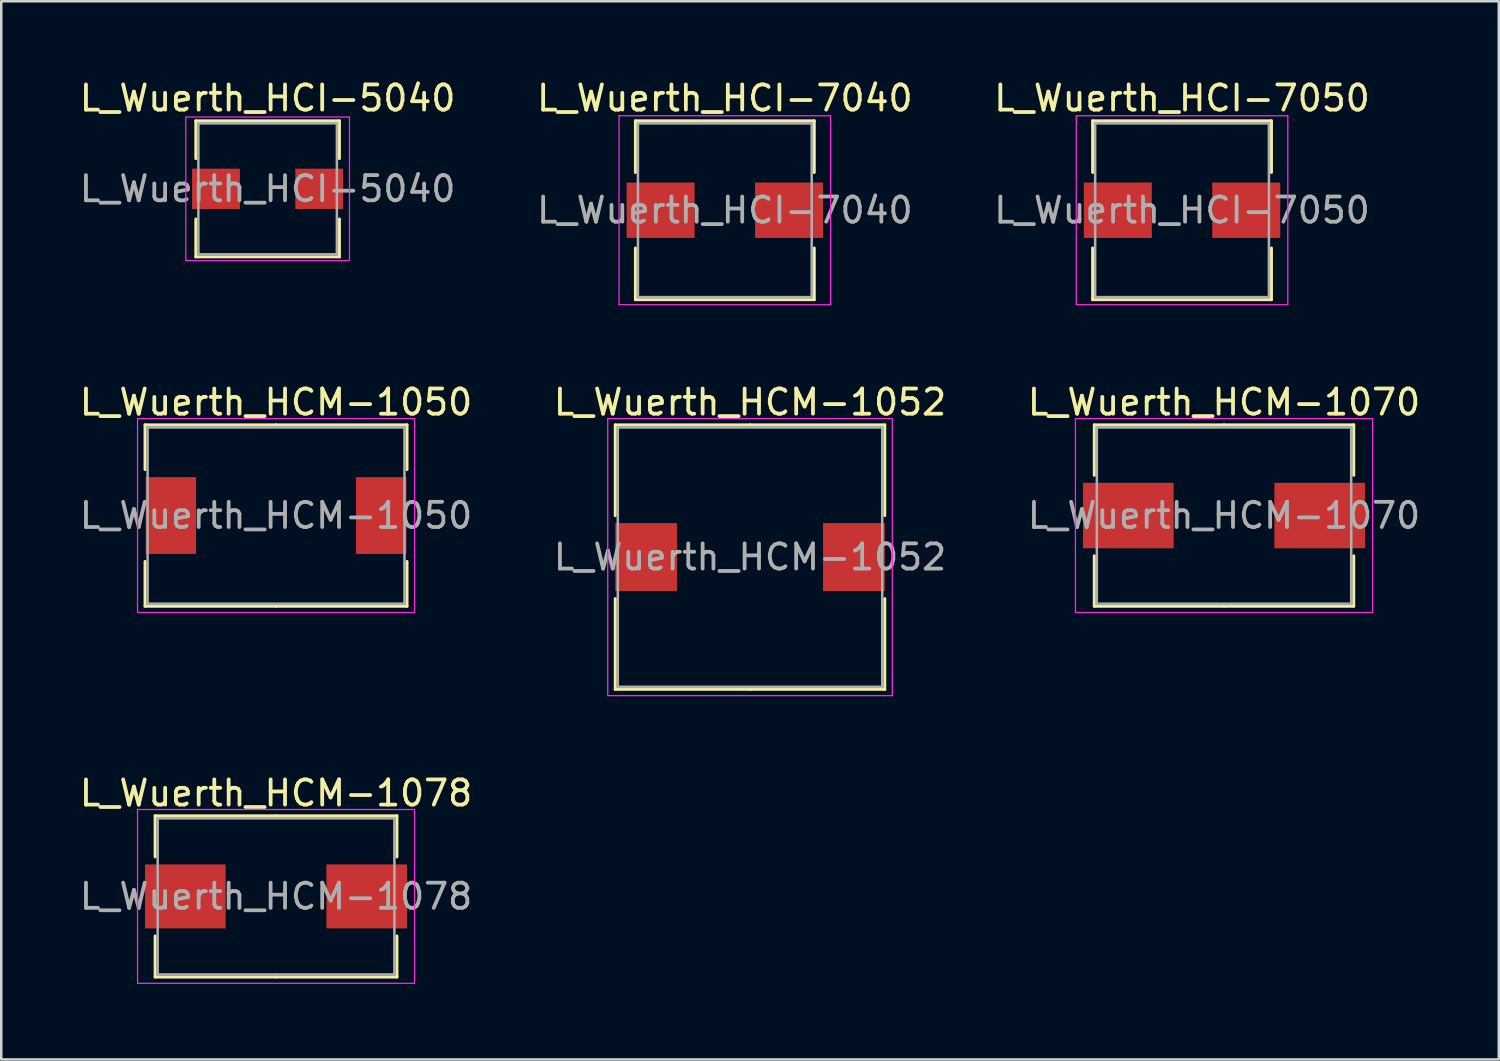
<source format=kicad_pcb>
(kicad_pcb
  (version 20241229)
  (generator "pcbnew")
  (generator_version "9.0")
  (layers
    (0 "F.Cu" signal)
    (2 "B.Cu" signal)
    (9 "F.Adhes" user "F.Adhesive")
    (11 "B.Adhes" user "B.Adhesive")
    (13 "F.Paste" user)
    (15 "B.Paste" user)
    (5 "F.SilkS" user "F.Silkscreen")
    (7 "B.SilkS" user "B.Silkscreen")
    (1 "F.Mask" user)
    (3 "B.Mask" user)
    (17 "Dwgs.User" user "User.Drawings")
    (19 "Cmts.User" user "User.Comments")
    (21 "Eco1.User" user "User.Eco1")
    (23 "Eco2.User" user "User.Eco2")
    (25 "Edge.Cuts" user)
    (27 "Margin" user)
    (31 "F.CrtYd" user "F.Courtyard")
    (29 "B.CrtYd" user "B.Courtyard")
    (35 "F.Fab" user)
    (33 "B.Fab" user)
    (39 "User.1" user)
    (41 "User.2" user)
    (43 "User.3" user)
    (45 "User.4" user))
  (footprint "L_Wuerth_HCM-1050"
    (layer "F.Cu")
    (at 7.911 17.422)
    (property "Reference" "L_Wuerth_HCM-1050" (at 0 -4.5 0) (layer "F.SilkS") (effects (font (size 1 1) (thickness 0.15))))
    (attr smd)
    (fp_line (start -5.2 -3.6) (end 0 -3.6) (stroke (width 0.12) (type solid)) (layer "F.SilkS"))
    (fp_line (start -5.2 -1.825) (end -5.2 -3.6) (stroke (width 0.12) (type solid)) (layer "F.SilkS"))
    (fp_line (start -5.2 1.825) (end -5.2 3.6) (stroke (width 0.12) (type solid)) (layer "F.SilkS"))
    (fp_line (start -5.2 3.6) (end 0 3.6) (stroke (width 0.12) (type solid)) (layer "F.SilkS"))
    (fp_line (start 5.2 -3.6) (end 0 -3.6) (stroke (width 0.12) (type solid)) (layer "F.SilkS"))
    (fp_line (start 5.2 -1.825) (end 5.2 -3.6) (stroke (width 0.12) (type solid)) (layer "F.SilkS"))
    (fp_line (start 5.2 1.825) (end 5.2 3.6) (stroke (width 0.12) (type solid)) (layer "F.SilkS"))
    (fp_line (start 5.2 3.6) (end 0 3.6) (stroke (width 0.12) (type solid)) (layer "F.SilkS"))
    (fp_line (start -5.5 -3.85) (end -5.5 3.85) (stroke (width 0.05) (type solid)) (layer "F.CrtYd"))
    (fp_line (start -5.5 3.85) (end 5.5 3.85) (stroke (width 0.05) (type solid)) (layer "F.CrtYd"))
    (fp_line (start 5.5 -3.85) (end -5.5 -3.85) (stroke (width 0.05) (type solid)) (layer "F.CrtYd"))
    (fp_line (start 5.5 3.85) (end 5.5 -3.85) (stroke (width 0.05) (type solid)) (layer "F.CrtYd"))
    (fp_line (start -5.1 -3.5) (end -5.1 3.5) (stroke (width 0.1) (type solid)) (layer "F.Fab"))
    (fp_line (start -5.1 3.5) (end 5.1 3.5) (stroke (width 0.1) (type solid)) (layer "F.Fab"))
    (fp_line (start 5.1 -3.5) (end -5.1 -3.5) (stroke (width 0.1) (type solid)) (layer "F.Fab"))
    (fp_line (start 5.1 3.5) (end 5.1 -3.5) (stroke (width 0.1) (type solid)) (layer "F.Fab"))
    (fp_text user "${REFERENCE}" (at 0 0 0) (layer "F.Fab") (effects (font (size 1 1) (thickness 0.15))))
    (pad "1" smd rect (at -4.175 0) (size 2 3.05) (layers "F.Cu" "F.Mask" "F.Paste"))
    (pad "2" smd rect (at 4.175 0) (size 2 3.05) (layers "F.Cu" "F.Mask" "F.Paste")))
  (footprint "L_Wuerth_HCI-7050"
    (layer "F.Cu")
    (at 43.887 5.298)
    (property "Reference" "L_Wuerth_HCI-7050" (at 0 -4.45 0) (layer "F.SilkS") (effects (font (size 1 1) (thickness 0.15))))
    (attr smd)
    (fp_line (start -3.55 -3.55) (end 3.55 -3.55) (stroke (width 0.12) (type solid)) (layer "F.SilkS"))
    (fp_line (start -3.55 -1.5) (end -3.55 -3.55) (stroke (width 0.12) (type solid)) (layer "F.SilkS"))
    (fp_line (start -3.55 1.5) (end -3.55 3.55) (stroke (width 0.12) (type solid)) (layer "F.SilkS"))
    (fp_line (start -3.55 3.55) (end 3.55 3.55) (stroke (width 0.12) (type solid)) (layer "F.SilkS"))
    (fp_line (start 3.55 -3.55) (end 3.55 -1.5) (stroke (width 0.12) (type solid)) (layer "F.SilkS"))
    (fp_line (start 3.55 3.55) (end 3.55 1.5) (stroke (width 0.12) (type solid)) (layer "F.SilkS"))
    (fp_line (start -4.2 -3.75) (end -4.2 3.75) (stroke (width 0.05) (type solid)) (layer "F.CrtYd"))
    (fp_line (start -4.2 3.75) (end 4.2 3.75) (stroke (width 0.05) (type solid)) (layer "F.CrtYd"))
    (fp_line (start 4.2 -3.75) (end -4.2 -3.75) (stroke (width 0.05) (type solid)) (layer "F.CrtYd"))
    (fp_line (start 4.2 3.75) (end 4.2 -3.75) (stroke (width 0.05) (type solid)) (layer "F.CrtYd"))
    (fp_line (start -3.45 -3.45) (end -3.45 3.45) (stroke (width 0.1) (type solid)) (layer "F.Fab"))
    (fp_line (start -3.45 3.45) (end 3.45 3.45) (stroke (width 0.1) (type solid)) (layer "F.Fab"))
    (fp_line (start 3.45 -3.45) (end -3.45 -3.45) (stroke (width 0.1) (type solid)) (layer "F.Fab"))
    (fp_line (start 3.45 3.45) (end 3.45 -3.45) (stroke (width 0.1) (type solid)) (layer "F.Fab"))
    (fp_text user "${REFERENCE}" (at 0 0 0) (layer "F.Fab") (effects (font (size 1 1) (thickness 0.15))))
    (pad "1" smd rect (at -2.55 0) (size 2.7 2.2) (layers "F.Cu" "F.Mask" "F.Paste"))
    (pad "2" smd rect (at 2.55 0) (size 2.7 2.2) (layers "F.Cu" "F.Mask" "F.Paste")))
  (footprint "L_Wuerth_HCM-1078"
    (layer "F.Cu")
    (at 7.911 32.545)
    (property "Reference" "L_Wuerth_HCM-1078" (at 0 -4.1 0) (layer "F.SilkS") (effects (font (size 1 1) (thickness 0.15))))
    (attr smd)
    (fp_line (start -4.8 -3.2) (end 0 -3.2) (stroke (width 0.12) (type solid)) (layer "F.SilkS"))
    (fp_line (start -4.8 -1.57) (end -4.8 -3.2) (stroke (width 0.12) (type solid)) (layer "F.SilkS"))
    (fp_line (start -4.8 1.57) (end -4.8 3.2) (stroke (width 0.12) (type solid)) (layer "F.SilkS"))
    (fp_line (start -4.8 3.2) (end 0 3.2) (stroke (width 0.12) (type solid)) (layer "F.SilkS"))
    (fp_line (start 4.8 -3.2) (end 0 -3.2) (stroke (width 0.12) (type solid)) (layer "F.SilkS"))
    (fp_line (start 4.8 -1.57) (end 4.8 -3.2) (stroke (width 0.12) (type solid)) (layer "F.SilkS"))
    (fp_line (start 4.8 1.57) (end 4.8 3.2) (stroke (width 0.12) (type solid)) (layer "F.SilkS"))
    (fp_line (start 4.8 3.2) (end 0 3.2) (stroke (width 0.12) (type solid)) (layer "F.SilkS"))
    (fp_line (start -5.5 -3.45) (end -5.5 3.45) (stroke (width 0.05) (type solid)) (layer "F.CrtYd"))
    (fp_line (start -5.5 3.45) (end 5.5 3.45) (stroke (width 0.05) (type solid)) (layer "F.CrtYd"))
    (fp_line (start 5.5 -3.45) (end -5.5 -3.45) (stroke (width 0.05) (type solid)) (layer "F.CrtYd"))
    (fp_line (start 5.5 3.45) (end 5.5 -3.45) (stroke (width 0.05) (type solid)) (layer "F.CrtYd"))
    (fp_line (start -4.7 -3.1) (end -4.7 3.1) (stroke (width 0.1) (type solid)) (layer "F.Fab"))
    (fp_line (start -4.7 3.1) (end 4.7 3.1) (stroke (width 0.1) (type solid)) (layer "F.Fab"))
    (fp_line (start 4.7 -3.1) (end -4.7 -3.1) (stroke (width 0.1) (type solid)) (layer "F.Fab"))
    (fp_line (start 4.7 3.1) (end 4.7 -3.1) (stroke (width 0.1) (type solid)) (layer "F.Fab"))
    (fp_text user "${REFERENCE}" (at 0 0 0) (layer "F.Fab") (effects (font (size 1 1) (thickness 0.15))))
    (pad "1" smd rect (at -3.6 0) (size 3.2 2.54) (layers "F.Cu" "F.Mask" "F.Paste"))
    (pad "2" smd rect (at 3.6 0) (size 3.2 2.54) (layers "F.Cu" "F.Mask" "F.Paste")))
  (footprint "L_Wuerth_HCI-7040"
    (layer "F.Cu")
    (at 25.732 5.298)
    (property "Reference" "L_Wuerth_HCI-7040" (at 0 -4.45 0) (layer "F.SilkS") (effects (font (size 1 1) (thickness 0.15))))
    (attr smd)
    (fp_line (start -3.55 -3.55) (end 3.55 -3.55) (stroke (width 0.12) (type solid)) (layer "F.SilkS"))
    (fp_line (start -3.55 -1.5) (end -3.55 -3.55) (stroke (width 0.12) (type solid)) (layer "F.SilkS"))
    (fp_line (start -3.55 1.5) (end -3.55 3.55) (stroke (width 0.12) (type solid)) (layer "F.SilkS"))
    (fp_line (start -3.55 3.55) (end 3.55 3.55) (stroke (width 0.12) (type solid)) (layer "F.SilkS"))
    (fp_line (start 3.55 -3.55) (end 3.55 -1.5) (stroke (width 0.12) (type solid)) (layer "F.SilkS"))
    (fp_line (start 3.55 3.55) (end 3.55 1.5) (stroke (width 0.12) (type solid)) (layer "F.SilkS"))
    (fp_line (start -4.2 -3.75) (end -4.2 3.75) (stroke (width 0.05) (type solid)) (layer "F.CrtYd"))
    (fp_line (start -4.2 3.75) (end 4.2 3.75) (stroke (width 0.05) (type solid)) (layer "F.CrtYd"))
    (fp_line (start 4.2 -3.75) (end -4.2 -3.75) (stroke (width 0.05) (type solid)) (layer "F.CrtYd"))
    (fp_line (start 4.2 3.75) (end 4.2 -3.75) (stroke (width 0.05) (type solid)) (layer "F.CrtYd"))
    (fp_line (start -3.45 -3.45) (end -3.45 3.45) (stroke (width 0.1) (type solid)) (layer "F.Fab"))
    (fp_line (start -3.45 3.45) (end 3.45 3.45) (stroke (width 0.1) (type solid)) (layer "F.Fab"))
    (fp_line (start 3.45 -3.45) (end -3.45 -3.45) (stroke (width 0.1) (type solid)) (layer "F.Fab"))
    (fp_line (start 3.45 3.45) (end 3.45 -3.45) (stroke (width 0.1) (type solid)) (layer "F.Fab"))
    (fp_text user "${REFERENCE}" (at 0 0 0) (layer "F.Fab") (effects (font (size 1 1) (thickness 0.15))))
    (pad "1" smd rect (at -2.55 0) (size 2.7 2.2) (layers "F.Cu" "F.Mask" "F.Paste"))
    (pad "2" smd rect (at 2.55 0) (size 2.7 2.2) (layers "F.Cu" "F.Mask" "F.Paste")))
  (footprint "L_Wuerth_HCM-1070"
    (layer "F.Cu")
    (at 45.554 17.422)
    (property "Reference" "L_Wuerth_HCM-1070" (at 0 -4.5 0) (layer "F.SilkS") (effects (font (size 1 1) (thickness 0.15))))
    (attr smd)
    (fp_line (start -5.15 -3.6) (end 0 -3.6) (stroke (width 0.12) (type solid)) (layer "F.SilkS"))
    (fp_line (start -5.15 -1.6) (end -5.15 -3.6) (stroke (width 0.12) (type solid)) (layer "F.SilkS"))
    (fp_line (start -5.15 1.6) (end -5.15 3.6) (stroke (width 0.12) (type solid)) (layer "F.SilkS"))
    (fp_line (start -5.15 3.6) (end 0 3.6) (stroke (width 0.12) (type solid)) (layer "F.SilkS"))
    (fp_line (start 5.15 -3.6) (end 0 -3.6) (stroke (width 0.12) (type solid)) (layer "F.SilkS"))
    (fp_line (start 5.15 -1.6) (end 5.15 -3.6) (stroke (width 0.12) (type solid)) (layer "F.SilkS"))
    (fp_line (start 5.15 1.6) (end 5.15 3.6) (stroke (width 0.12) (type solid)) (layer "F.SilkS"))
    (fp_line (start 5.15 3.6) (end 0 3.6) (stroke (width 0.12) (type solid)) (layer "F.SilkS"))
    (fp_line (start -5.9 -3.85) (end -5.9 3.85) (stroke (width 0.05) (type solid)) (layer "F.CrtYd"))
    (fp_line (start -5.9 3.85) (end 5.9 3.85) (stroke (width 0.05) (type solid)) (layer "F.CrtYd"))
    (fp_line (start 5.9 -3.85) (end -5.9 -3.85) (stroke (width 0.05) (type solid)) (layer "F.CrtYd"))
    (fp_line (start 5.9 3.85) (end 5.9 -3.85) (stroke (width 0.05) (type solid)) (layer "F.CrtYd"))
    (fp_line (start -5.05 -3.5) (end -5.05 3.5) (stroke (width 0.1) (type solid)) (layer "F.Fab"))
    (fp_line (start -5.05 3.5) (end 5.05 3.5) (stroke (width 0.1) (type solid)) (layer "F.Fab"))
    (fp_line (start 5.05 -3.5) (end -5.05 -3.5) (stroke (width 0.1) (type solid)) (layer "F.Fab"))
    (fp_line (start 5.05 3.5) (end 5.05 -3.5) (stroke (width 0.1) (type solid)) (layer "F.Fab"))
    (fp_text user "${REFERENCE}" (at 0 0 0) (layer "F.Fab") (effects (font (size 1 1) (thickness 0.15))))
    (pad "1" smd rect (at -3.8 0) (size 3.6 2.6) (layers "F.Cu" "F.Mask" "F.Paste"))
    (pad "2" smd rect (at 3.8 0) (size 3.6 2.6) (layers "F.Cu" "F.Mask" "F.Paste")))
  (footprint "L_Wuerth_HCI-5040"
    (layer "F.Cu")
    (at 7.577 4.448)
    (property "Reference" "L_Wuerth_HCI-5040" (at 0 -3.6 0) (layer "F.SilkS") (effects (font (size 1 1) (thickness 0.15))))
    (attr smd)
    (fp_line (start -2.85 -2.7) (end 2.85 -2.7) (stroke (width 0.12) (type solid)) (layer "F.SilkS"))
    (fp_line (start -2.85 -1.2) (end -2.85 -2.7) (stroke (width 0.12) (type solid)) (layer "F.SilkS"))
    (fp_line (start -2.85 1.2) (end -2.85 2.7) (stroke (width 0.12) (type solid)) (layer "F.SilkS"))
    (fp_line (start -2.85 2.7) (end 2.85 2.7) (stroke (width 0.12) (type solid)) (layer "F.SilkS"))
    (fp_line (start 2.85 -2.7) (end 2.85 -1.2) (stroke (width 0.12) (type solid)) (layer "F.SilkS"))
    (fp_line (start 2.85 2.7) (end 2.85 1.2) (stroke (width 0.12) (type solid)) (layer "F.SilkS"))
    (fp_line (start -3.25 -2.85) (end -3.25 2.85) (stroke (width 0.05) (type solid)) (layer "F.CrtYd"))
    (fp_line (start -3.25 2.85) (end 3.25 2.85) (stroke (width 0.05) (type solid)) (layer "F.CrtYd"))
    (fp_line (start 3.25 -2.85) (end -3.25 -2.85) (stroke (width 0.05) (type solid)) (layer "F.CrtYd"))
    (fp_line (start 3.25 2.85) (end 3.25 -2.85) (stroke (width 0.05) (type solid)) (layer "F.CrtYd"))
    (fp_line (start -2.75 -2.6) (end -2.75 2.6) (stroke (width 0.1) (type solid)) (layer "F.Fab"))
    (fp_line (start -2.75 2.6) (end 2.75 2.6) (stroke (width 0.1) (type solid)) (layer "F.Fab"))
    (fp_line (start 2.75 -2.6) (end -2.75 -2.6) (stroke (width 0.1) (type solid)) (layer "F.Fab"))
    (fp_line (start 2.75 2.6) (end 2.75 -2.6) (stroke (width 0.1) (type solid)) (layer "F.Fab"))
    (fp_text user "${REFERENCE}" (at 0 0 0) (layer "F.Fab") (effects (font (size 1 1) (thickness 0.15))))
    (pad "1" smd rect (at -2.05 0) (size 1.9 1.6) (layers "F.Cu" "F.Mask" "F.Paste"))
    (pad "2" smd rect (at 2.05 0) (size 1.9 1.6) (layers "F.Cu" "F.Mask" "F.Paste")))
  (footprint "L_Wuerth_HCM-1052"
    (layer "F.Cu")
    (at 26.732 19.072)
    (property "Reference" "L_Wuerth_HCM-1052" (at 0 -6.15 0) (layer "F.SilkS") (effects (font (size 1 1) (thickness 0.15))))
    (attr smd)
    (fp_line (start -5.35 -5.25) (end 0 -5.25) (stroke (width 0.12) (type solid)) (layer "F.SilkS"))
    (fp_line (start -5.35 -1.65) (end -5.35 -5.25) (stroke (width 0.12) (type solid)) (layer "F.SilkS"))
    (fp_line (start -5.35 1.65) (end -5.35 5.25) (stroke (width 0.12) (type solid)) (layer "F.SilkS"))
    (fp_line (start -5.35 5.25) (end 0 5.25) (stroke (width 0.12) (type solid)) (layer "F.SilkS"))
    (fp_line (start 5.35 -5.25) (end 0 -5.25) (stroke (width 0.12) (type solid)) (layer "F.SilkS"))
    (fp_line (start 5.35 -1.65) (end 5.35 -5.25) (stroke (width 0.12) (type solid)) (layer "F.SilkS"))
    (fp_line (start 5.35 1.65) (end 5.35 5.25) (stroke (width 0.12) (type solid)) (layer "F.SilkS"))
    (fp_line (start 5.35 5.25) (end 0 5.25) (stroke (width 0.12) (type solid)) (layer "F.SilkS"))
    (fp_line (start -5.65 -5.5) (end -5.65 5.5) (stroke (width 0.05) (type solid)) (layer "F.CrtYd"))
    (fp_line (start -5.65 5.5) (end 5.65 5.5) (stroke (width 0.05) (type solid)) (layer "F.CrtYd"))
    (fp_line (start 5.65 -5.5) (end -5.65 -5.5) (stroke (width 0.05) (type solid)) (layer "F.CrtYd"))
    (fp_line (start 5.65 5.5) (end 5.65 -5.5) (stroke (width 0.05) (type solid)) (layer "F.CrtYd"))
    (fp_line (start -5.25 -5.15) (end -5.25 5.15) (stroke (width 0.1) (type solid)) (layer "F.Fab"))
    (fp_line (start -5.25 5.15) (end 5.25 5.15) (stroke (width 0.1) (type solid)) (layer "F.Fab"))
    (fp_line (start 5.25 -5.15) (end -5.25 -5.15) (stroke (width 0.1) (type solid)) (layer "F.Fab"))
    (fp_line (start 5.25 5.15) (end 5.25 -5.15) (stroke (width 0.1) (type solid)) (layer "F.Fab"))
    (fp_text user "${REFERENCE}" (at 0 0 0) (layer "F.Fab") (effects (font (size 1 1) (thickness 0.15))))
    (pad "1" smd rect (at -4.125 0) (size 2.45 2.7) (layers "F.Cu" "F.Mask" "F.Paste"))
    (pad "2" smd rect (at 4.125 0) (size 2.45 2.7) (layers "F.Cu" "F.Mask" "F.Paste")))
  (gr_rect
    (start -3 -3)
    (end 56.464 39.02)
    (stroke (width 0.1) (type default))
    (fill no)
    (layer "Edge.Cuts")))
</source>
